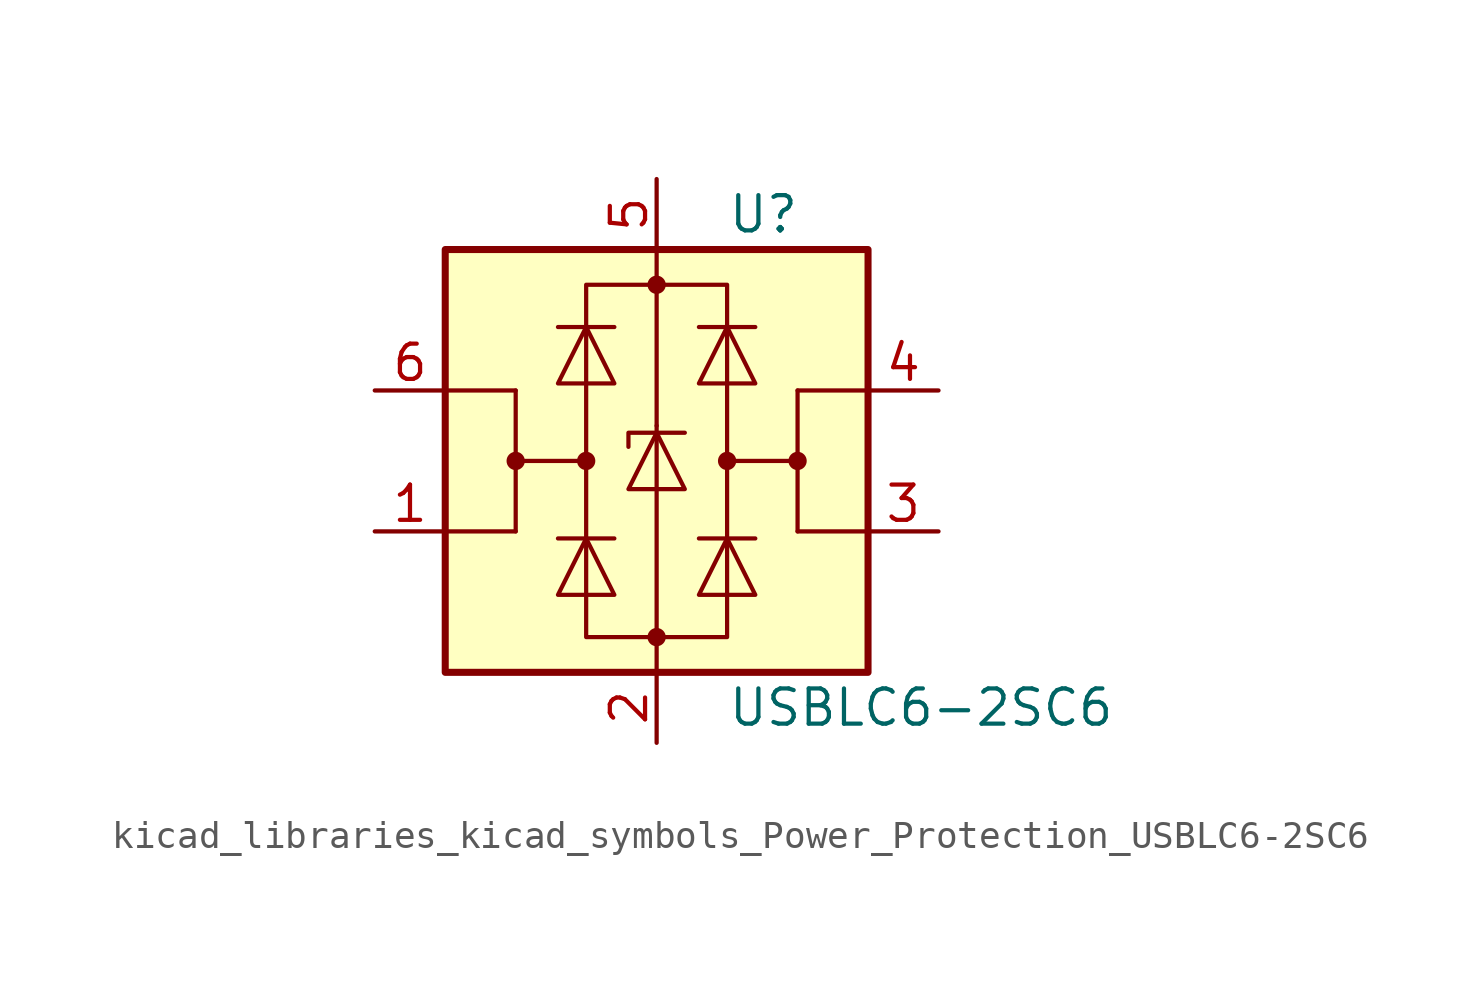
<source format=kicad_sym>
(kicad_symbol_lib
  (version 20220914)
  (generator kicad_symbol_editor)
  (symbol "kicad_libraries_kicad_symbols_Power_Protection_USBLC6-2SC6"
    (pin_names hide)
    (property "Reference" "U"
      (at 2.54 8.89 0)
      (effects (font (size 1.27 1.27)) (justify left)))
    (property "Value" "USBLC6-2SC6"
      (at 2.54 -8.89 0)
      (effects (font (size 1.27 1.27)) (justify left)))
    (symbol "kicad_libraries_kicad_symbols_Power_Protection_USBLC6-2SC6_0_1"
      (rectangle (start -7.62 -7.62) (end 7.62 7.62) (stroke (width 0.254) (type default)) (fill (type background)))
      (circle (center -5.08 0) (radius 0.254) (stroke (width 0) (type default)) (fill (type outline)))
      (circle (center -2.54 0) (radius 0.254) (stroke (width 0) (type default)) (fill (type outline)))
      (rectangle (start -2.54 6.35) (end 2.54 -6.35) (stroke (width 0) (type default)) (fill (type none)))
      (circle (center 0 -6.35) (radius 0.254) (stroke (width 0) (type default)) (fill (type outline)))
      (polyline (pts (xy -5.08 -2.54) (xy -7.62 -2.54)) (stroke (width 0) (type default)) (fill (type none)))
      (polyline (pts (xy -5.08 0) (xy -5.08 -2.54)) (stroke (width 0) (type default)) (fill (type none)))
      (polyline (pts (xy -5.08 2.54) (xy -7.62 2.54)) (stroke (width 0) (type default)) (fill (type none)))
      (polyline (pts (xy -1.524 -2.794) (xy -3.556 -2.794)) (stroke (width 0) (type default)) (fill (type none)))
      (polyline (pts (xy -1.524 4.826) (xy -3.556 4.826)) (stroke (width 0) (type default)) (fill (type none)))
      (polyline (pts (xy 0 -7.62) (xy 0 -6.35)) (stroke (width 0) (type default)) (fill (type none)))
      (polyline (pts (xy 0 -6.35) (xy 0 1.27)) (stroke (width 0) (type default)) (fill (type none)))
      (polyline (pts (xy 0 1.27) (xy 0 6.35)) (stroke (width 0) (type default)) (fill (type none)))
      (polyline (pts (xy 0 6.35) (xy 0 7.62)) (stroke (width 0) (type default)) (fill (type none)))
      (polyline (pts (xy 1.524 -2.794) (xy 3.556 -2.794)) (stroke (width 0) (type default)) (fill (type none)))
      (polyline (pts (xy 1.524 4.826) (xy 3.556 4.826)) (stroke (width 0) (type default)) (fill (type none)))
      (polyline (pts (xy 5.08 -2.54) (xy 7.62 -2.54)) (stroke (width 0) (type default)) (fill (type none)))
      (polyline (pts (xy 5.08 0) (xy 5.08 -2.54)) (stroke (width 0) (type default)) (fill (type none)))
      (polyline (pts (xy 5.08 2.54) (xy 7.62 2.54)) (stroke (width 0) (type default)) (fill (type none)))
      (polyline (pts (xy -2.54 0) (xy -5.08 0) (xy -5.08 2.54)) (stroke (width 0) (type default)) (fill (type none)))
      (polyline (pts (xy 2.54 0) (xy 5.08 0) (xy 5.08 2.54)) (stroke (width 0) (type default)) (fill (type none)))
      (polyline (pts (xy -3.556 -4.826) (xy -1.524 -4.826) (xy -2.54 -2.794) (xy -3.556 -4.826)) (stroke (width 0) (type default)) (fill (type none)))
      (polyline (pts (xy -3.556 2.794) (xy -1.524 2.794) (xy -2.54 4.826) (xy -3.556 2.794)) (stroke (width 0) (type default)) (fill (type none)))
      (polyline (pts (xy -1.016 -1.016) (xy 1.016 -1.016) (xy 0 1.016) (xy -1.016 -1.016)) (stroke (width 0) (type default)) (fill (type none)))
      (polyline (pts (xy 1.016 1.016) (xy 0.762 1.016) (xy -1.016 1.016) (xy -1.016 0.508)) (stroke (width 0) (type default)) (fill (type none)))
      (polyline (pts (xy 3.556 -4.826) (xy 1.524 -4.826) (xy 2.54 -2.794) (xy 3.556 -4.826)) (stroke (width 0) (type default)) (fill (type none)))
      (polyline (pts (xy 3.556 2.794) (xy 1.524 2.794) (xy 2.54 4.826) (xy 3.556 2.794)) (stroke (width 0) (type default)) (fill (type none)))
      (circle (center 0 6.35) (radius 0.254) (stroke (width 0) (type default)) (fill (type outline)))
      (circle (center 2.54 0) (radius 0.254) (stroke (width 0) (type default)) (fill (type outline)))
      (circle (center 5.08 0) (radius 0.254) (stroke (width 0) (type default)) (fill (type outline))))
    (symbol "kicad_libraries_kicad_symbols_Power_Protection_USBLC6-2SC6_1_1"
      (pin passive line (at -10.16 -2.54 0) (length 2.54) (name "I/O1" (effects (font (size 1.27 1.27)))) (number "1" (effects (font (size 1.27 1.27)))))
      (pin passive line (at 0 -10.16 90) (length 2.54) (name "GND" (effects (font (size 1.27 1.27)))) (number "2" (effects (font (size 1.27 1.27)))))
      (pin passive line (at 10.16 -2.54 180) (length 2.54) (name "I/O2" (effects (font (size 1.27 1.27)))) (number "3" (effects (font (size 1.27 1.27)))))
      (pin passive line (at 10.16 2.54 180) (length 2.54) (name "I/O2" (effects (font (size 1.27 1.27)))) (number "4" (effects (font (size 1.27 1.27)))))
      (pin passive line (at 0 10.16 270) (length 2.54) (name "VBUS" (effects (font (size 1.27 1.27)))) (number "5" (effects (font (size 1.27 1.27)))))
      (pin passive line (at -10.16 2.54 0) (length 2.54) (name "I/O1" (effects (font (size 1.27 1.27)))) (number "6" (effects (font (size 1.27 1.27))))))))
</source>
